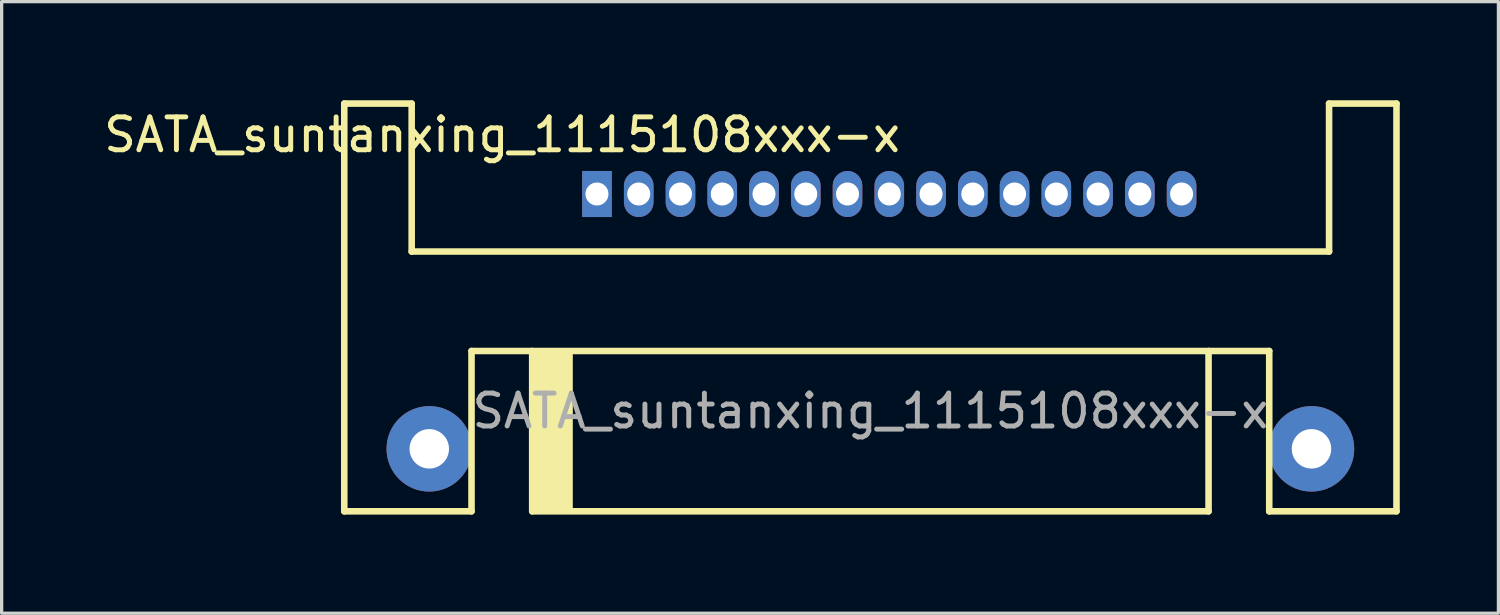
<source format=kicad_pcb>
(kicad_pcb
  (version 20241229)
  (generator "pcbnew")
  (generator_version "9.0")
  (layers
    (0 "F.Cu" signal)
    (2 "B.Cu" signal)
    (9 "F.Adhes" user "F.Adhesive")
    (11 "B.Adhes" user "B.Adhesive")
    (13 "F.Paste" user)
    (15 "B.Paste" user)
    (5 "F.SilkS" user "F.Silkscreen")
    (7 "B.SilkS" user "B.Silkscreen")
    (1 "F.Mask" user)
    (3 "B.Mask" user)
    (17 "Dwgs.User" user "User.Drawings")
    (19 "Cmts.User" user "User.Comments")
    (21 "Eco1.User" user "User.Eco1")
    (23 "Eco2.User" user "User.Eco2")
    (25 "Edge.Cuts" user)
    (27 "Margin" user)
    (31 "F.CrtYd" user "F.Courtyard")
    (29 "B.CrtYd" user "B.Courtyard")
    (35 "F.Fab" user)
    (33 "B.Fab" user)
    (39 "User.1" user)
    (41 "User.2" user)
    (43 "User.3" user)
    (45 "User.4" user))
  (footprint "SATA_suntanxing_1115108xxx-x"
    (layer "F.Cu")
    (at 23.42 6.3)
    (property "Reference" "SATA_suntanxing_1115108xxx-x" (at -11.2 -5.25 0) (layer "F.SilkS") (effects (font (size 1 1) (thickness 0.15))))
    (attr through_hole)
    (fp_line (start -16 -6.2) (end -13.95 -6.2) (stroke (width 0.2) (type solid)) (layer "F.SilkS"))
    (fp_line (start -16 6.2) (end -16 -6.2) (stroke (width 0.2) (type solid)) (layer "F.SilkS"))
    (fp_line (start -16 6.2) (end -12.13 6.2) (stroke (width 0.2) (type solid)) (layer "F.SilkS"))
    (fp_line (start -13.95 -1.7) (end -13.95 -6.2) (stroke (width 0.2) (type solid)) (layer "F.SilkS"))
    (fp_line (start -12.13 6.2) (end -12.13 1.325) (stroke (width 0.2) (type solid)) (layer "F.SilkS"))
    (fp_line (start -10.285 6.2) (end -10.285 1.325) (stroke (width 0.2) (type solid)) (layer "F.SilkS"))
    (fp_line (start 10.285 6.2) (end -10.285 6.2) (stroke (width 0.2) (type solid)) (layer "F.SilkS"))
    (fp_line (start 10.285 6.2) (end 10.285 1.325) (stroke (width 0.2) (type solid)) (layer "F.SilkS"))
    (fp_line (start 12.13 1.325) (end -12.13 1.325) (stroke (width 0.2) (type solid)) (layer "F.SilkS"))
    (fp_line (start 12.13 6.2) (end 12.13 1.325) (stroke (width 0.2) (type solid)) (layer "F.SilkS"))
    (fp_line (start 12.13 6.2) (end 16 6.2) (stroke (width 0.2) (type solid)) (layer "F.SilkS"))
    (fp_line (start 13.95 -6.2) (end 16 -6.2) (stroke (width 0.2) (type solid)) (layer "F.SilkS"))
    (fp_line (start 13.95 -1.7) (end -13.95 -1.7) (stroke (width 0.2) (type solid)) (layer "F.SilkS"))
    (fp_line (start 13.95 -1.7) (end 13.95 -6.2) (stroke (width 0.2) (type solid)) (layer "F.SilkS"))
    (fp_line (start 16 6.2) (end 16 -6.2) (stroke (width 0.2) (type solid)) (layer "F.SilkS"))
    (fp_poly (pts (xy -10.3 1.35) (xy -10.3 6.15) (xy -9.1 6.15) (xy -9.1 1.35)) (stroke (width 0.1) (type solid)) (fill yes) (layer "F.SilkS"))
    (fp_text user "${REFERENCE}" (at 0 3.15 0) (layer "F.Fab") (effects (font (size 1 1) (thickness 0.15))))
    (pad "1" thru_hole rect (at -8.315 -3.45) (size 0.9 1.4) (drill 0.7) (layers "*.Cu" "*.Mask"))
    (pad "2" thru_hole oval (at -7.045 -3.45) (size 0.9 1.4) (drill 0.7) (layers "*.Cu" "*.Mask"))
    (pad "3" thru_hole oval (at -5.775 -3.45) (size 0.9 1.4) (drill 0.7) (layers "*.Cu" "*.Mask"))
    (pad "4" thru_hole oval (at -4.505 -3.45) (size 0.9 1.4) (drill 0.7) (layers "*.Cu" "*.Mask"))
    (pad "5" thru_hole oval (at -3.235 -3.45) (size 0.9 1.4) (drill 0.7) (layers "*.Cu" "*.Mask"))
    (pad "6" thru_hole oval (at -1.965 -3.45) (size 0.9 1.4) (drill 0.7) (layers "*.Cu" "*.Mask"))
    (pad "7" thru_hole oval (at -0.695 -3.45) (size 0.9 1.4) (drill 0.7) (layers "*.Cu" "*.Mask"))
    (pad "8" thru_hole oval (at 0.575 -3.45) (size 0.9 1.4) (drill 0.7) (layers "*.Cu" "*.Mask"))
    (pad "9" thru_hole oval (at 1.845 -3.45) (size 0.9 1.4) (drill 0.7) (layers "*.Cu" "*.Mask"))
    (pad "10" thru_hole oval (at 3.115 -3.45) (size 0.9 1.4) (drill 0.7) (layers "*.Cu" "*.Mask"))
    (pad "11" thru_hole oval (at 4.385 -3.45) (size 0.9 1.4) (drill 0.7) (layers "*.Cu" "*.Mask"))
    (pad "12" thru_hole oval (at 5.655 -3.45) (size 0.9 1.4) (drill 0.7) (layers "*.Cu" "*.Mask"))
    (pad "13" thru_hole oval (at 6.925 -3.45) (size 0.9 1.4) (drill 0.7) (layers "*.Cu" "*.Mask"))
    (pad "14" thru_hole oval (at 8.195 -3.45) (size 0.9 1.4) (drill 0.7) (layers "*.Cu" "*.Mask"))
    (pad "15" thru_hole oval (at 9.465 -3.45) (size 0.9 1.4) (drill 0.7) (layers "*.Cu" "*.Mask"))
    (pad "16" thru_hole circle (at -13.415 4.3) (size 2.6 2.6) (drill 1.2) (layers "*.Cu" "*.Mask"))
    (pad "17" thru_hole circle (at 13.415 4.3) (size 2.6 2.6) (drill 1.2) (layers "*.Cu" "*.Mask")))
  (gr_rect
    (start -3 -3)
    (end 42.52 15.6)
    (stroke (width 0.1) (type default))
    (fill no)
    (layer "Edge.Cuts")))
</source>
